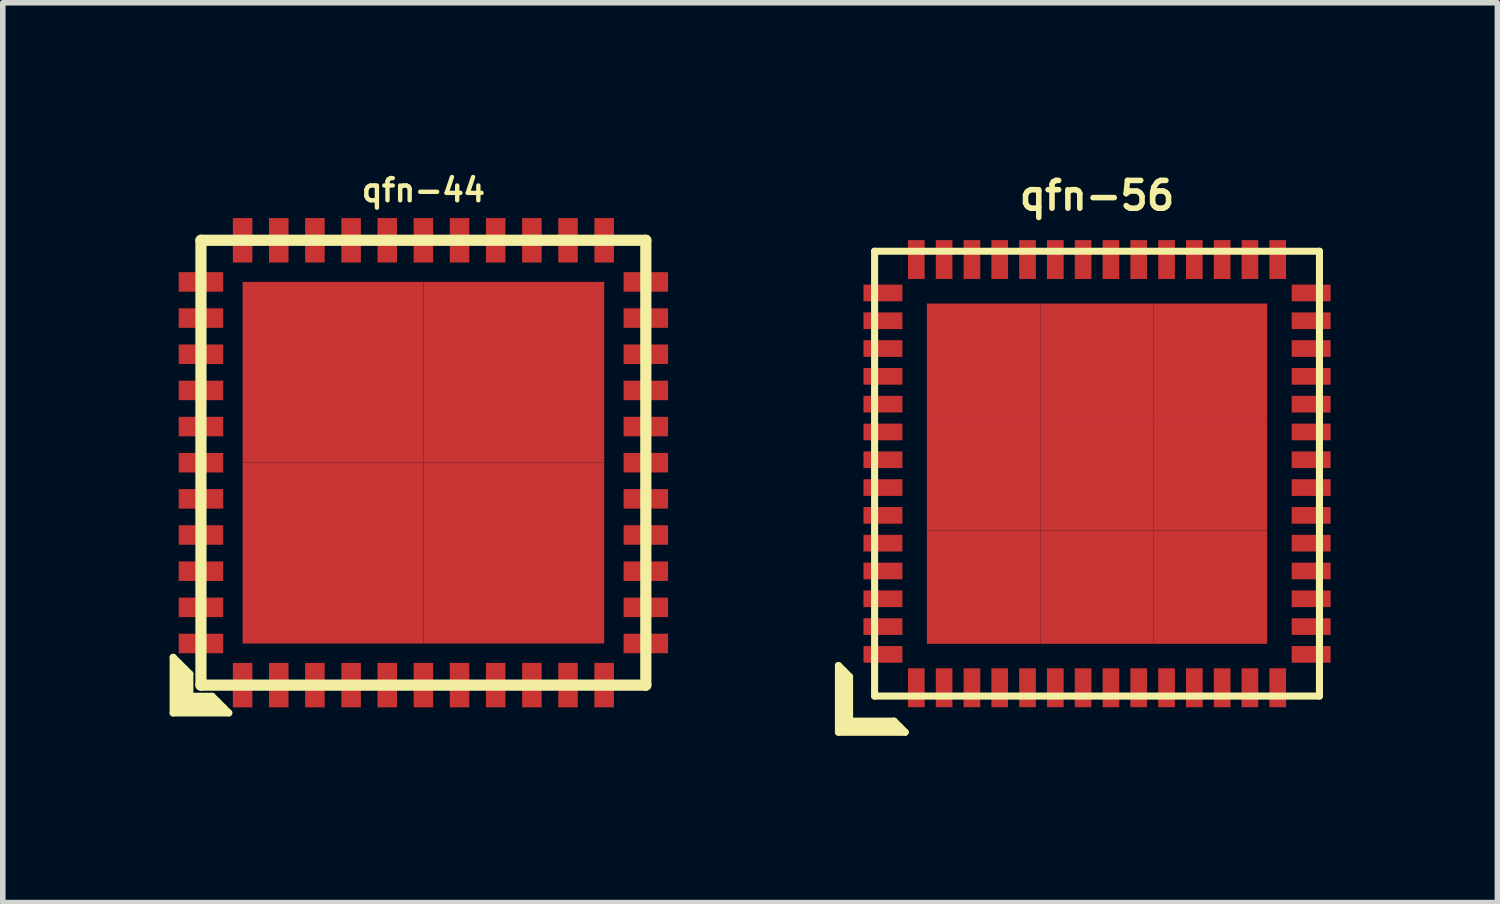
<source format=kicad_pcb>
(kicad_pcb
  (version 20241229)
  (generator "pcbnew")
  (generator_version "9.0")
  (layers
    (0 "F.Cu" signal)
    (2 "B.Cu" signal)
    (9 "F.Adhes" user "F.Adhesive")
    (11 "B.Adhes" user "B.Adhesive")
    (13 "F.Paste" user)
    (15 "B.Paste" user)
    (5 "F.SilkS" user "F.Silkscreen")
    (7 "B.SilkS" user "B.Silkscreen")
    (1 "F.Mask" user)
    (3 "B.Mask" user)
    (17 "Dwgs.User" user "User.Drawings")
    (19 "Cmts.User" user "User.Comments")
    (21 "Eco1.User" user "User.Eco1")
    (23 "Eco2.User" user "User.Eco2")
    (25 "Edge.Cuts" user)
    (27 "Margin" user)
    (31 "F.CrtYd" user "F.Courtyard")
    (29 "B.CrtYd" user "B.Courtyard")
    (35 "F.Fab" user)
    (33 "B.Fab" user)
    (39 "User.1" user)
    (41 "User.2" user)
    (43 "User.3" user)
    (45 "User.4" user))
  (footprint "qfn-44"
    (layer "F.Cu")
    (at 4.564 5.271)
    (property "Reference" "qfn-44" (at 0 -4.9 0) (layer "F.SilkS") (effects (font (size 0.399 0.399) (thickness 0.079))))
    (attr smd)
    (fp_line (start -4.5 3.5) (end -4.5 4.5) (stroke (width 0.127) (type solid)) (layer "F.SilkS"))
    (fp_line (start -4.5 4.5) (end -3.5 4.5) (stroke (width 0.127) (type solid)) (layer "F.SilkS"))
    (fp_line (start -4.4 3.6) (end -4.4 4.4) (stroke (width 0.127) (type solid)) (layer "F.SilkS"))
    (fp_line (start -4.4 4.4) (end -3.6 4.4) (stroke (width 0.127) (type solid)) (layer "F.SilkS"))
    (fp_line (start -4.3 3.7) (end -4.3 4.3) (stroke (width 0.127) (type solid)) (layer "F.SilkS"))
    (fp_line (start -4.3 4.3) (end -3.7 4.3) (stroke (width 0.127) (type solid)) (layer "F.SilkS"))
    (fp_line (start -4.2 3.8) (end -4.5 3.5) (stroke (width 0.127) (type solid)) (layer "F.SilkS"))
    (fp_line (start -4.2 4.2) (end -4.2 3.8) (stroke (width 0.127) (type solid)) (layer "F.SilkS"))
    (fp_line (start -4 -4) (end -4 4) (stroke (width 0.201) (type solid)) (layer "F.SilkS"))
    (fp_line (start -4 3.701) (end -4 3.8) (stroke (width 0.127) (type solid)) (layer "F.SilkS"))
    (fp_line (start -4 4) (end 4 4) (stroke (width 0.201) (type solid)) (layer "F.SilkS"))
    (fp_line (start -3.8 4.2) (end -4.2 4.2) (stroke (width 0.127) (type solid)) (layer "F.SilkS"))
    (fp_line (start -3.599 4) (end -3.701 4) (stroke (width 0.127) (type solid)) (layer "F.SilkS"))
    (fp_line (start -3.5 4.5) (end -3.8 4.2) (stroke (width 0.127) (type solid)) (layer "F.SilkS"))
    (fp_line (start 4 -4) (end -4 -4) (stroke (width 0.201) (type solid)) (layer "F.SilkS"))
    (fp_line (start 4 4) (end 4 -4) (stroke (width 0.201) (type solid)) (layer "F.SilkS"))
    (pad "1" smd rect (at -3.251 4) (size 0.351 0.8) (layers "F.Cu" "F.Mask" "F.Paste"))
    (pad "2" smd rect (at -2.601 4) (size 0.351 0.8) (layers "F.Cu" "F.Mask" "F.Paste"))
    (pad "3" smd rect (at -1.951 4) (size 0.351 0.8) (layers "F.Cu" "F.Mask" "F.Paste"))
    (pad "4" smd rect (at -1.3 4) (size 0.351 0.8) (layers "F.Cu" "F.Mask" "F.Paste"))
    (pad "5" smd rect (at -0.65 4) (size 0.351 0.8) (layers "F.Cu" "F.Mask" "F.Paste"))
    (pad "6" smd rect (at 0 4) (size 0.351 0.8) (layers "F.Cu" "F.Mask" "F.Paste"))
    (pad "7" smd rect (at 0.65 4) (size 0.351 0.8) (layers "F.Cu" "F.Mask" "F.Paste"))
    (pad "8" smd rect (at 1.3 4) (size 0.351 0.8) (layers "F.Cu" "F.Mask" "F.Paste"))
    (pad "9" smd rect (at 1.951 4) (size 0.351 0.8) (layers "F.Cu" "F.Mask" "F.Paste"))
    (pad "10" smd rect (at 2.601 4) (size 0.351 0.8) (layers "F.Cu" "F.Mask" "F.Paste"))
    (pad "11" smd rect (at 3.251 4) (size 0.351 0.8) (layers "F.Cu" "F.Mask" "F.Paste"))
    (pad "12" smd rect (at 4 3.251) (size 0.8 0.351) (layers "F.Cu" "F.Mask" "F.Paste"))
    (pad "13" smd rect (at 4 2.601) (size 0.8 0.351) (layers "F.Cu" "F.Mask" "F.Paste"))
    (pad "14" smd rect (at 4 1.951) (size 0.8 0.351) (layers "F.Cu" "F.Mask" "F.Paste"))
    (pad "15" smd rect (at 4 1.3) (size 0.8 0.351) (layers "F.Cu" "F.Mask" "F.Paste"))
    (pad "16" smd rect (at 4 0.65) (size 0.8 0.351) (layers "F.Cu" "F.Mask" "F.Paste"))
    (pad "17" smd rect (at 4 0) (size 0.8 0.351) (layers "F.Cu" "F.Mask" "F.Paste"))
    (pad "18" smd rect (at 4 -0.65) (size 0.8 0.351) (layers "F.Cu" "F.Mask" "F.Paste"))
    (pad "19" smd rect (at 4 -1.3) (size 0.8 0.351) (layers "F.Cu" "F.Mask" "F.Paste"))
    (pad "20" smd rect (at 4 -1.951) (size 0.8 0.351) (layers "F.Cu" "F.Mask" "F.Paste"))
    (pad "21" smd rect (at 4 -2.601) (size 0.8 0.351) (layers "F.Cu" "F.Mask" "F.Paste"))
    (pad "22" smd rect (at 4 -3.251) (size 0.8 0.351) (layers "F.Cu" "F.Mask" "F.Paste"))
    (pad "23" smd rect (at 3.251 -4) (size 0.351 0.8) (layers "F.Cu" "F.Mask" "F.Paste"))
    (pad "24" smd rect (at 2.601 -4) (size 0.351 0.8) (layers "F.Cu" "F.Mask" "F.Paste"))
    (pad "25" smd rect (at 1.951 -4) (size 0.351 0.8) (layers "F.Cu" "F.Mask" "F.Paste"))
    (pad "26" smd rect (at 1.3 -4) (size 0.351 0.8) (layers "F.Cu" "F.Mask" "F.Paste"))
    (pad "27" smd rect (at 0.65 -4) (size 0.351 0.8) (layers "F.Cu" "F.Mask" "F.Paste"))
    (pad "28" smd rect (at 0 -4) (size 0.351 0.8) (layers "F.Cu" "F.Mask" "F.Paste"))
    (pad "29" smd rect (at -0.65 -4) (size 0.351 0.8) (layers "F.Cu" "F.Mask" "F.Paste"))
    (pad "30" smd rect (at -1.3 -4) (size 0.351 0.8) (layers "F.Cu" "F.Mask" "F.Paste"))
    (pad "31" smd rect (at -1.951 -4) (size 0.351 0.8) (layers "F.Cu" "F.Mask" "F.Paste"))
    (pad "32" smd rect (at -2.601 -4) (size 0.351 0.8) (layers "F.Cu" "F.Mask" "F.Paste"))
    (pad "33" smd rect (at -3.251 -4) (size 0.351 0.8) (layers "F.Cu" "F.Mask" "F.Paste"))
    (pad "34" smd rect (at -4 -3.251) (size 0.8 0.351) (layers "F.Cu" "F.Mask" "F.Paste"))
    (pad "35" smd rect (at -4 -2.601) (size 0.8 0.351) (layers "F.Cu" "F.Mask" "F.Paste"))
    (pad "36" smd rect (at -4 -1.951) (size 0.8 0.351) (layers "F.Cu" "F.Mask" "F.Paste"))
    (pad "37" smd rect (at -4 -1.3) (size 0.8 0.351) (layers "F.Cu" "F.Mask" "F.Paste"))
    (pad "38" smd rect (at -4 -0.65) (size 0.8 0.351) (layers "F.Cu" "F.Mask" "F.Paste"))
    (pad "39" smd rect (at -4 0) (size 0.8 0.351) (layers "F.Cu" "F.Mask" "F.Paste"))
    (pad "40" smd rect (at -4 0.65) (size 0.8 0.351) (layers "F.Cu" "F.Mask" "F.Paste"))
    (pad "41" smd rect (at -4 1.3) (size 0.8 0.351) (layers "F.Cu" "F.Mask" "F.Paste"))
    (pad "42" smd rect (at -4 1.951) (size 0.8 0.351) (layers "F.Cu" "F.Mask" "F.Paste"))
    (pad "43" smd rect (at -4 2.601) (size 0.8 0.351) (layers "F.Cu" "F.Mask" "F.Paste"))
    (pad "44" smd rect (at -4 3.251) (size 0.8 0.351) (layers "F.Cu" "F.Mask" "F.Paste"))
    (pad "45" smd rect (at -1.626 -1.626) (size 3.251 3.251) (layers "F.Cu" "F.Mask" "F.Paste"))
    (pad "45" smd rect (at -1.626 1.626) (size 3.251 3.251) (layers "F.Cu" "F.Mask" "F.Paste"))
    (pad "45" smd rect (at 1.626 -1.626) (size 3.251 3.251) (layers "F.Cu" "F.Mask" "F.Paste"))
    (pad "45" smd rect (at 1.626 1.626) (size 3.251 3.251) (layers "F.Cu" "F.Mask" "F.Paste")))
  (footprint "qfn-56"
    (layer "F.Cu")
    (at 16.678 5.468)
    (property "Reference" "qfn-56" (at 0 -5 0) (layer "F.SilkS") (effects (font (size 0.5 0.5) (thickness 0.1))))
    (attr smd)
    (fp_line (start -4.65 3.45) (end -4.45 3.65) (stroke (width 0.127) (type solid)) (layer "F.SilkS"))
    (fp_line (start -4.65 4.65) (end -4.65 3.45) (stroke (width 0.127) (type solid)) (layer "F.SilkS"))
    (fp_line (start -4.55 3.55) (end -4.55 4.55) (stroke (width 0.127) (type solid)) (layer "F.SilkS"))
    (fp_line (start -4.55 4.55) (end -3.55 4.55) (stroke (width 0.127) (type solid)) (layer "F.SilkS"))
    (fp_line (start -4.45 3.65) (end -4.45 4.45) (stroke (width 0.127) (type solid)) (layer "F.SilkS"))
    (fp_line (start -4.45 4.45) (end -3.65 4.45) (stroke (width 0.127) (type solid)) (layer "F.SilkS"))
    (fp_line (start -4 -4) (end -4 4) (stroke (width 0.127) (type solid)) (layer "F.SilkS"))
    (fp_line (start -4 4) (end 4 4) (stroke (width 0.127) (type solid)) (layer "F.SilkS"))
    (fp_line (start -3.65 4.45) (end -3.45 4.65) (stroke (width 0.127) (type solid)) (layer "F.SilkS"))
    (fp_line (start -3.45 4.65) (end -4.65 4.65) (stroke (width 0.127) (type solid)) (layer "F.SilkS"))
    (fp_line (start 4 -4) (end -4 -4) (stroke (width 0.127) (type solid)) (layer "F.SilkS"))
    (fp_line (start 4 4) (end 4 -4) (stroke (width 0.127) (type solid)) (layer "F.SilkS"))
    (pad "1" smd rect (at -3.25 3.85) (size 0.3 0.7) (layers "F.Cu" "F.Mask" "F.Paste"))
    (pad "2" smd rect (at -2.75 3.85) (size 0.3 0.7) (layers "F.Cu" "F.Mask" "F.Paste"))
    (pad "3" smd rect (at -2.25 3.85) (size 0.3 0.7) (layers "F.Cu" "F.Mask" "F.Paste"))
    (pad "4" smd rect (at -1.75 3.85) (size 0.3 0.7) (layers "F.Cu" "F.Mask" "F.Paste"))
    (pad "5" smd rect (at -1.25 3.85) (size 0.3 0.7) (layers "F.Cu" "F.Mask" "F.Paste"))
    (pad "6" smd rect (at -0.75 3.85) (size 0.3 0.7) (layers "F.Cu" "F.Mask" "F.Paste"))
    (pad "7" smd rect (at -0.25 3.85) (size 0.3 0.7) (layers "F.Cu" "F.Mask" "F.Paste"))
    (pad "8" smd rect (at 0.25 3.85) (size 0.3 0.7) (layers "F.Cu" "F.Mask" "F.Paste"))
    (pad "9" smd rect (at 0.75 3.85) (size 0.3 0.7) (layers "F.Cu" "F.Mask" "F.Paste"))
    (pad "10" smd rect (at 1.25 3.85) (size 0.3 0.7) (layers "F.Cu" "F.Mask" "F.Paste"))
    (pad "11" smd rect (at 1.75 3.85) (size 0.3 0.7) (layers "F.Cu" "F.Mask" "F.Paste"))
    (pad "12" smd rect (at 2.25 3.85) (size 0.3 0.7) (layers "F.Cu" "F.Mask" "F.Paste"))
    (pad "13" smd rect (at 2.75 3.85) (size 0.3 0.7) (layers "F.Cu" "F.Mask" "F.Paste"))
    (pad "14" smd rect (at 3.25 3.85) (size 0.3 0.7) (layers "F.Cu" "F.Mask" "F.Paste"))
    (pad "15" smd rect (at 3.85 3.25) (size 0.7 0.3) (layers "F.Cu" "F.Mask" "F.Paste"))
    (pad "16" smd rect (at 3.85 2.75) (size 0.7 0.3) (layers "F.Cu" "F.Mask" "F.Paste"))
    (pad "17" smd rect (at 3.85 2.25) (size 0.7 0.3) (layers "F.Cu" "F.Mask" "F.Paste"))
    (pad "18" smd rect (at 3.85 1.75) (size 0.7 0.3) (layers "F.Cu" "F.Mask" "F.Paste"))
    (pad "19" smd rect (at 3.85 1.25) (size 0.7 0.3) (layers "F.Cu" "F.Mask" "F.Paste"))
    (pad "20" smd rect (at 3.85 0.75) (size 0.7 0.3) (layers "F.Cu" "F.Mask" "F.Paste"))
    (pad "21" smd rect (at 3.85 0.25) (size 0.7 0.3) (layers "F.Cu" "F.Mask" "F.Paste"))
    (pad "22" smd rect (at 3.85 -0.25) (size 0.7 0.3) (layers "F.Cu" "F.Mask" "F.Paste"))
    (pad "23" smd rect (at 3.85 -0.75) (size 0.7 0.3) (layers "F.Cu" "F.Mask" "F.Paste"))
    (pad "24" smd rect (at 3.85 -1.25) (size 0.7 0.3) (layers "F.Cu" "F.Mask" "F.Paste"))
    (pad "25" smd rect (at 3.85 -1.75) (size 0.7 0.3) (layers "F.Cu" "F.Mask" "F.Paste"))
    (pad "26" smd rect (at 3.85 -2.25) (size 0.7 0.3) (layers "F.Cu" "F.Mask" "F.Paste"))
    (pad "27" smd rect (at 3.85 -2.75) (size 0.7 0.3) (layers "F.Cu" "F.Mask" "F.Paste"))
    (pad "28" smd rect (at 3.85 -3.25) (size 0.7 0.3) (layers "F.Cu" "F.Mask" "F.Paste"))
    (pad "29" smd rect (at 3.25 -3.85) (size 0.3 0.7) (layers "F.Cu" "F.Mask" "F.Paste"))
    (pad "30" smd rect (at 2.75 -3.85) (size 0.3 0.7) (layers "F.Cu" "F.Mask" "F.Paste"))
    (pad "31" smd rect (at 2.25 -3.85) (size 0.3 0.7) (layers "F.Cu" "F.Mask" "F.Paste"))
    (pad "32" smd rect (at 1.75 -3.85) (size 0.3 0.7) (layers "F.Cu" "F.Mask" "F.Paste"))
    (pad "33" smd rect (at 1.25 -3.85) (size 0.3 0.7) (layers "F.Cu" "F.Mask" "F.Paste"))
    (pad "34" smd rect (at 0.75 -3.85) (size 0.3 0.7) (layers "F.Cu" "F.Mask" "F.Paste"))
    (pad "35" smd rect (at 0.25 -3.85) (size 0.3 0.7) (layers "F.Cu" "F.Mask" "F.Paste"))
    (pad "36" smd rect (at -0.25 -3.85) (size 0.3 0.7) (layers "F.Cu" "F.Mask" "F.Paste"))
    (pad "37" smd rect (at -0.75 -3.85) (size 0.3 0.7) (layers "F.Cu" "F.Mask" "F.Paste"))
    (pad "38" smd rect (at -1.25 -3.85) (size 0.3 0.7) (layers "F.Cu" "F.Mask" "F.Paste"))
    (pad "39" smd rect (at -1.75 -3.85) (size 0.3 0.7) (layers "F.Cu" "F.Mask" "F.Paste"))
    (pad "40" smd rect (at -2.25 -3.85) (size 0.3 0.7) (layers "F.Cu" "F.Mask" "F.Paste"))
    (pad "41" smd rect (at -2.75 -3.85) (size 0.3 0.7) (layers "F.Cu" "F.Mask" "F.Paste"))
    (pad "42" smd rect (at -3.25 -3.85) (size 0.3 0.7) (layers "F.Cu" "F.Mask" "F.Paste"))
    (pad "43" smd rect (at -3.85 -3.25) (size 0.7 0.3) (layers "F.Cu" "F.Mask" "F.Paste"))
    (pad "44" smd rect (at -3.85 -2.75) (size 0.7 0.3) (layers "F.Cu" "F.Mask" "F.Paste"))
    (pad "45" smd rect (at -3.85 -2.25) (size 0.7 0.3) (layers "F.Cu" "F.Mask" "F.Paste"))
    (pad "46" smd rect (at -3.85 -1.75) (size 0.7 0.3) (layers "F.Cu" "F.Mask" "F.Paste"))
    (pad "47" smd rect (at -3.85 -1.25) (size 0.7 0.3) (layers "F.Cu" "F.Mask" "F.Paste"))
    (pad "48" smd rect (at -3.85 -0.75) (size 0.7 0.3) (layers "F.Cu" "F.Mask" "F.Paste"))
    (pad "49" smd rect (at -3.85 -0.25) (size 0.7 0.3) (layers "F.Cu" "F.Mask" "F.Paste"))
    (pad "50" smd rect (at -3.85 0.25) (size 0.7 0.3) (layers "F.Cu" "F.Mask" "F.Paste"))
    (pad "51" smd rect (at -3.85 0.75) (size 0.7 0.3) (layers "F.Cu" "F.Mask" "F.Paste"))
    (pad "52" smd rect (at -3.85 1.25) (size 0.7 0.3) (layers "F.Cu" "F.Mask" "F.Paste"))
    (pad "53" smd rect (at -3.85 1.75) (size 0.7 0.3) (layers "F.Cu" "F.Mask" "F.Paste"))
    (pad "54" smd rect (at -3.85 2.25) (size 0.7 0.3) (layers "F.Cu" "F.Mask" "F.Paste"))
    (pad "55" smd rect (at -3.85 2.75) (size 0.7 0.3) (layers "F.Cu" "F.Mask" "F.Paste"))
    (pad "56" smd rect (at -3.85 3.25) (size 0.7 0.3) (layers "F.Cu" "F.Mask" "F.Paste"))
    (pad "57" smd rect (at -2.04 -2.04) (size 2.04 2.04) (layers "F.Cu" "F.Mask" "F.Paste"))
    (pad "57" smd rect (at -2.04 0) (size 2.04 2.04) (layers "F.Cu" "F.Mask" "F.Paste"))
    (pad "57" smd rect (at -2.04 2.04) (size 2.04 2.04) (layers "F.Cu" "F.Mask" "F.Paste"))
    (pad "57" smd rect (at 0 -2.04) (size 2.04 2.04) (layers "F.Cu" "F.Mask" "F.Paste"))
    (pad "57" smd rect (at 0 0) (size 2.04 2.04) (layers "F.Cu" "F.Mask" "F.Paste"))
    (pad "57" smd rect (at 0 2.04) (size 2.04 2.04) (layers "F.Cu" "F.Mask" "F.Paste"))
    (pad "57" smd rect (at 2.04 -2.04) (size 2.04 2.04) (layers "F.Cu" "F.Mask" "F.Paste"))
    (pad "57" smd rect (at 2.04 0) (size 2.04 2.04) (layers "F.Cu" "F.Mask" "F.Paste"))
    (pad "57" smd rect (at 2.04 2.04) (size 2.04 2.04) (layers "F.Cu" "F.Mask" "F.Paste")))
  (gr_rect
    (start -3 -3)
    (end 23.878 13.181)
    (stroke (width 0.1) (type default))
    (fill no)
    (layer "Edge.Cuts")))
</source>
